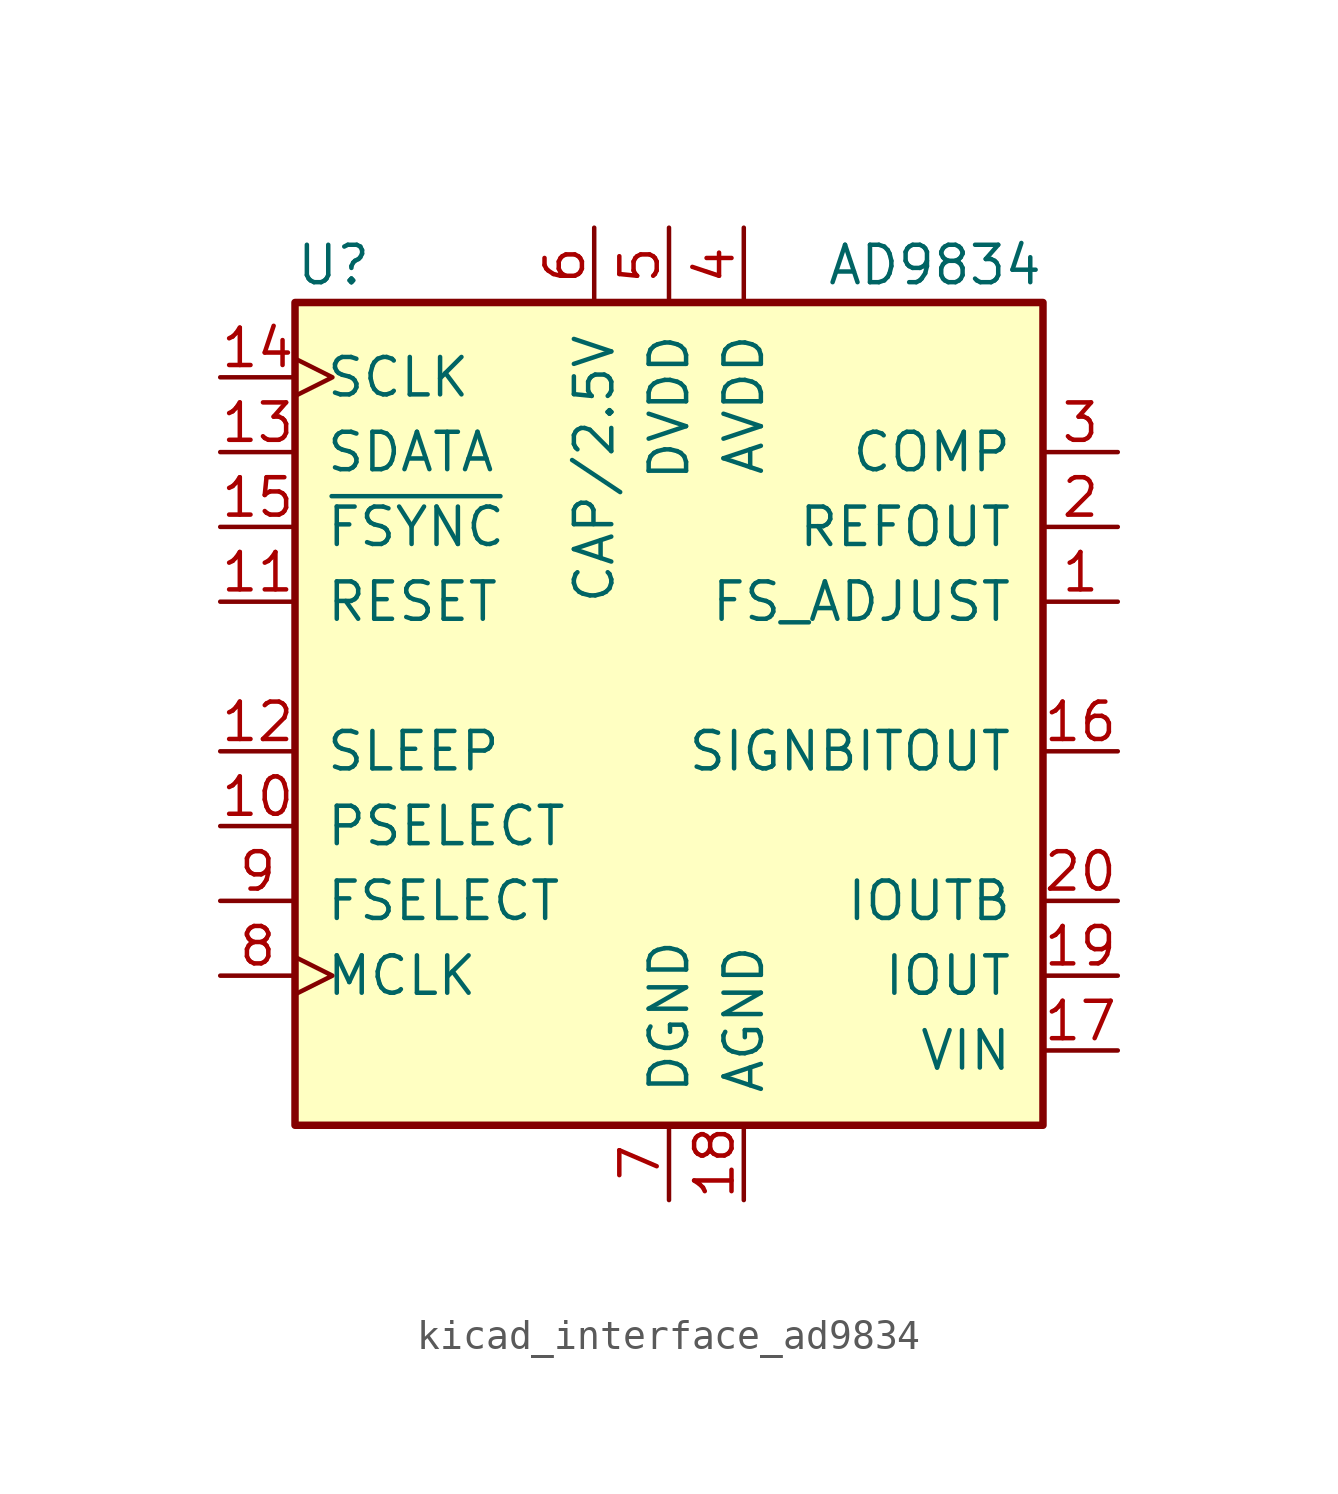
<source format=kicad_sym>
(kicad_symbol_lib
  (version 20220914)
  (generator kicad_symbol_editor)
  (symbol "kicad_interface_ad9834"
    (pin_names
      (offset 1.016))
    (property "Reference" "U"
      (at -12.7 16.51 0)
      (effects (font (size 1.27 1.27)) (justify left)))
    (property "Value" "AD9834"
      (at 5.334 16.51 0)
      (effects (font (size 1.27 1.27)) (justify left)))
    (symbol "kicad_interface_ad9834_0_1"
      (rectangle (start -12.7 15.24) (end 12.7 -12.7) (stroke (width 0.254) (type default)) (fill (type background))))
    (symbol "kicad_interface_ad9834_1_1"
      (pin passive line (at 15.24 5.08 180) (length 2.54) (name "FS_ADJUST" (effects (font (size 1.27 1.27)))) (number "1" (effects (font (size 1.27 1.27)))))
      (pin input line (at -15.24 -2.54 0) (length 2.54) (name "PSELECT" (effects (font (size 1.27 1.27)))) (number "10" (effects (font (size 1.27 1.27)))))
      (pin input line (at -15.24 5.08 0) (length 2.54) (name "RESET" (effects (font (size 1.27 1.27)))) (number "11" (effects (font (size 1.27 1.27)))))
      (pin input line (at -15.24 0 0) (length 2.54) (name "SLEEP" (effects (font (size 1.27 1.27)))) (number "12" (effects (font (size 1.27 1.27)))))
      (pin input line (at -15.24 10.16 0) (length 2.54) (name "SDATA" (effects (font (size 1.27 1.27)))) (number "13" (effects (font (size 1.27 1.27)))))
      (pin input clock (at -15.24 12.7 0) (length 2.54) (name "SCLK" (effects (font (size 1.27 1.27)))) (number "14" (effects (font (size 1.27 1.27)))))
      (pin input line (at -15.24 7.62 0) (length 2.54) (name "~{FSYNC}" (effects (font (size 1.27 1.27)))) (number "15" (effects (font (size 1.27 1.27)))))
      (pin output line (at 15.24 0 180) (length 2.54) (name "SIGNBITOUT" (effects (font (size 1.27 1.27)))) (number "16" (effects (font (size 1.27 1.27)))))
      (pin power_in line (at 15.24 -10.16 180) (length 2.54) (name "VIN" (effects (font (size 1.27 1.27)))) (number "17" (effects (font (size 1.27 1.27)))))
      (pin power_in line (at 2.54 -15.24 90) (length 2.54) (name "AGND" (effects (font (size 1.27 1.27)))) (number "18" (effects (font (size 1.27 1.27)))))
      (pin output line (at 15.24 -7.62 180) (length 2.54) (name "IOUT" (effects (font (size 1.27 1.27)))) (number "19" (effects (font (size 1.27 1.27)))))
      (pin output line (at 15.24 7.62 180) (length 2.54) (name "REFOUT" (effects (font (size 1.27 1.27)))) (number "2" (effects (font (size 1.27 1.27)))))
      (pin output line (at 15.24 -5.08 180) (length 2.54) (name "IOUTB" (effects (font (size 1.27 1.27)))) (number "20" (effects (font (size 1.27 1.27)))))
      (pin passive line (at 15.24 10.16 180) (length 2.54) (name "COMP" (effects (font (size 1.27 1.27)))) (number "3" (effects (font (size 1.27 1.27)))))
      (pin power_in line (at 2.54 17.78 270) (length 2.54) (name "AVDD" (effects (font (size 1.27 1.27)))) (number "4" (effects (font (size 1.27 1.27)))))
      (pin power_in line (at 0 17.78 270) (length 2.54) (name "DVDD" (effects (font (size 1.27 1.27)))) (number "5" (effects (font (size 1.27 1.27)))))
      (pin passive line (at -2.54 17.78 270) (length 2.54) (name "CAP/2.5V" (effects (font (size 1.27 1.27)))) (number "6" (effects (font (size 1.27 1.27)))))
      (pin power_in line (at 0 -15.24 90) (length 2.54) (name "DGND" (effects (font (size 1.27 1.27)))) (number "7" (effects (font (size 1.27 1.27)))))
      (pin input clock (at -15.24 -7.62 0) (length 2.54) (name "MCLK" (effects (font (size 1.27 1.27)))) (number "8" (effects (font (size 1.27 1.27)))))
      (pin input line (at -15.24 -5.08 0) (length 2.54) (name "FSELECT" (effects (font (size 1.27 1.27)))) (number "9" (effects (font (size 1.27 1.27))))))))
</source>
